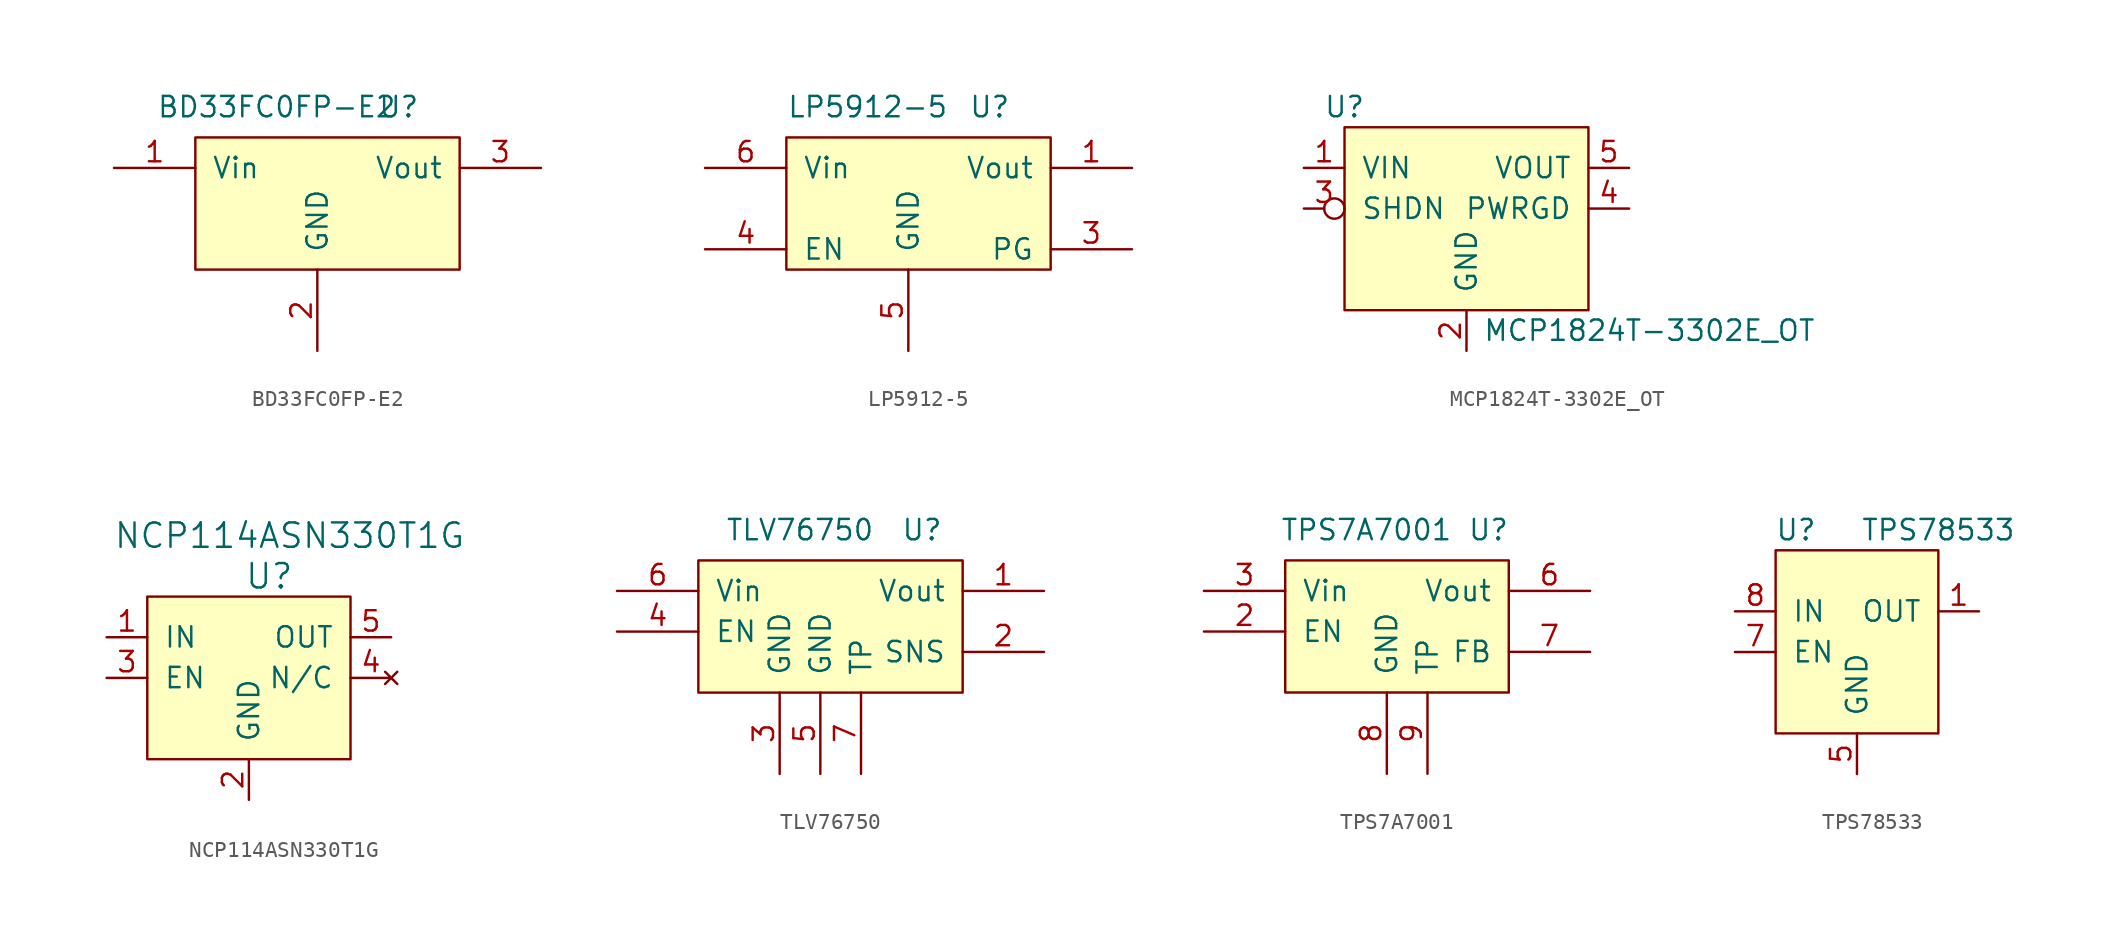
<source format=kicad_sym>
(kicad_symbol_lib
  (version 20220914)
  (generator kicad_symbol_editor)
  (symbol "BD33FC0FP-E2"
    (pin_names
      (offset 1.016))
    (property "Reference" "U"
      (at 12.7 10.16 0)
      (effects (font (size 1.27 1.27))))
    (property "Value" "BD33FC0FP-E2"
      (at 5.08 10.16 0)
      (effects (font (size 1.27 1.27))))
    (symbol "BD33FC0FP-E2_0_1"
      (rectangle (start 0 8.255) (end 16.51 0) (stroke (width 0) (type solid)) (fill (type background))))
    (symbol "BD33FC0FP-E2_1_1"
      (pin passive line (at -5.08 6.35 0) (length 5.08) (name "Vin" (effects (font (size 1.27 1.27)))) (number "1" (effects (font (size 1.27 1.27)))))
      (pin passive line (at 7.62 -5.08 90) (length 5.08) (name "GND" (effects (font (size 1.27 1.27)))) (number "2" (effects (font (size 1.27 1.27)))))
      (pin passive line (at 21.59 6.35 180) (length 5.08) (name "Vout" (effects (font (size 1.27 1.27)))) (number "3" (effects (font (size 1.27 1.27)))))))
  (symbol "LP5912-5"
    (pin_names
      (offset 1.016))
    (property "Reference" "U"
      (at 12.7 10.16 0)
      (effects (font (size 1.27 1.27))))
    (property "Value" "LP5912-5"
      (at 5.08 10.16 0)
      (effects (font (size 1.27 1.27))))
    (symbol "LP5912-5_0_1"
      (rectangle (start 0 8.255) (end 16.51 0) (stroke (width 0) (type solid)) (fill (type background))))
    (symbol "LP5912-5_1_1"
      (pin passive line (at 21.59 6.35 180) (length 5.08) (name "Vout" (effects (font (size 1.27 1.27)))) (number "1" (effects (font (size 1.27 1.27)))))
      (pin passive line (at -5.08 3.81 0) (length 5.08) hide (name "NC" (effects (font (size 1.27 1.27)))) (number "2" (effects (font (size 1.27 1.27)))))
      (pin passive line (at 21.59 1.27 180) (length 5.08) (name "PG" (effects (font (size 1.27 1.27)))) (number "3" (effects (font (size 1.27 1.27)))))
      (pin passive line (at -5.08 1.27 0) (length 5.08) (name "EN" (effects (font (size 1.27 1.27)))) (number "4" (effects (font (size 1.27 1.27)))))
      (pin passive line (at 7.62 -5.08 90) (length 5.08) (name "GND" (effects (font (size 1.27 1.27)))) (number "5" (effects (font (size 1.27 1.27)))))
      (pin passive line (at -5.08 6.35 0) (length 5.08) (name "Vin" (effects (font (size 1.27 1.27)))) (number "6" (effects (font (size 1.27 1.27)))))))
  (symbol "MCP1824T-3302E_OT"
    (pin_names
      (offset 1.016))
    (property "Reference" "U"
      (at -7.62 6.35 0)
      (effects (font (size 1.27 1.27))))
    (property "Value" "MCP1824T-3302E_OT"
      (at 11.43 -7.62 0)
      (effects (font (size 1.27 1.27))))
    (symbol "MCP1824T-3302E_OT_1_1"
      (rectangle (start -7.62 5.08) (end 7.62 -6.35) (stroke (width 0) (type solid)) (fill (type background)))
      (pin power_in line (at -10.16 2.54 0) (length 2.54) (name "VIN" (effects (font (size 1.27 1.27)))) (number "1" (effects (font (size 1.27 1.27)))))
      (pin power_in line (at 0 -8.89 90) (length 2.54) (name "GND" (effects (font (size 1.27 1.27)))) (number "2" (effects (font (size 1.27 1.27)))))
      (pin input inverted (at -10.16 0 0) (length 2.54) (name "SHDN" (effects (font (size 1.27 1.27)))) (number "3" (effects (font (size 1.27 1.27)))))
      (pin output line (at 10.16 0 180) (length 2.54) (name "PWRGD" (effects (font (size 1.27 1.27)))) (number "4" (effects (font (size 1.27 1.27)))))
      (pin power_out line (at 10.16 2.54 180) (length 2.54) (name "VOUT" (effects (font (size 1.27 1.27)))) (number "5" (effects (font (size 1.27 1.27)))))))
  (symbol "NCP114ASN330T1G"
    (pin_names
      (offset 1.016))
    (property "Reference" "U"
      (at 1.27 3.81 0)
      (effects (font (size 1.524 1.524))))
    (property "Value" "NCP114ASN330T1G"
      (at 2.54 6.35 0)
      (effects (font (size 1.524 1.524))))
    (symbol "NCP114ASN330T1G_0_1"
      (rectangle (start -6.35 2.54) (end 6.35 -7.62) (stroke (width 0) (type solid)) (fill (type background))))
    (symbol "NCP114ASN330T1G_1_1"
      (pin power_in line (at -8.89 0 0) (length 2.54) (name "IN" (effects (font (size 1.27 1.27)))) (number "1" (effects (font (size 1.27 1.27)))))
      (pin power_in line (at 0 -10.16 90) (length 2.54) (name "GND" (effects (font (size 1.27 1.27)))) (number "2" (effects (font (size 1.27 1.27)))))
      (pin input line (at -8.89 -2.54 0) (length 2.54) (name "EN" (effects (font (size 1.27 1.27)))) (number "3" (effects (font (size 1.27 1.27)))))
      (pin no_connect line (at 8.89 -2.54 180) (length 2.54) (name "N/C" (effects (font (size 1.27 1.27)))) (number "4" (effects (font (size 1.27 1.27)))))
      (pin power_out line (at 8.89 0 180) (length 2.54) (name "OUT" (effects (font (size 1.27 1.27)))) (number "5" (effects (font (size 1.27 1.27)))))))
  (symbol "TLV76750"
    (pin_names
      (offset 1.016))
    (property "Reference" "U"
      (at 13.97 10.16 0)
      (effects (font (size 1.27 1.27))))
    (property "Value" "TLV76750"
      (at 6.35 10.16 0)
      (effects (font (size 1.27 1.27))))
    (symbol "TLV76750_0_1"
      (rectangle (start 0 8.255) (end 16.51 0) (stroke (width 0) (type solid)) (fill (type background))))
    (symbol "TLV76750_1_1"
      (pin passive line (at 21.59 6.35 180) (length 5.08) (name "Vout" (effects (font (size 1.27 1.27)))) (number "1" (effects (font (size 1.27 1.27)))))
      (pin passive line (at 21.59 2.54 180) (length 5.08) (name "SNS" (effects (font (size 1.27 1.27)))) (number "2" (effects (font (size 1.27 1.27)))))
      (pin passive line (at 5.08 -5.08 90) (length 5.08) (name "GND" (effects (font (size 1.27 1.27)))) (number "3" (effects (font (size 1.27 1.27)))))
      (pin passive line (at -5.08 3.81 0) (length 5.08) (name "EN" (effects (font (size 1.27 1.27)))) (number "4" (effects (font (size 1.27 1.27)))))
      (pin passive line (at 7.62 -5.08 90) (length 5.08) (name "GND" (effects (font (size 1.27 1.27)))) (number "5" (effects (font (size 1.27 1.27)))))
      (pin passive line (at -5.08 6.35 0) (length 5.08) (name "Vin" (effects (font (size 1.27 1.27)))) (number "6" (effects (font (size 1.27 1.27)))))
      (pin passive line (at 10.16 -5.08 90) (length 5.08) (name "TP" (effects (font (size 1.27 1.27)))) (number "7" (effects (font (size 1.27 1.27)))))))
  (symbol "TPS7A7001"
    (pin_names
      (offset 1.016))
    (property "Reference" "U"
      (at 12.7 10.16 0)
      (effects (font (size 1.27 1.27))))
    (property "Value" "TPS7A7001"
      (at 5.08 10.16 0)
      (effects (font (size 1.27 1.27))))
    (symbol "TPS7A7001_0_1"
      (rectangle (start 0 8.255) (end 13.97 0) (stroke (width 0) (type solid)) (fill (type background))))
    (symbol "TPS7A7001_1_1"
      (pin no_connect line (at 0 0 180) (length 5.08) hide (name "NC1" (effects (font (size 1.27 1.27)))) (number "1" (effects (font (size 1.27 1.27)))))
      (pin passive line (at -5.08 3.81 0) (length 5.08) (name "EN" (effects (font (size 1.27 1.27)))) (number "2" (effects (font (size 1.27 1.27)))))
      (pin passive line (at -5.08 6.35 0) (length 5.08) (name "Vin" (effects (font (size 1.27 1.27)))) (number "3" (effects (font (size 1.27 1.27)))))
      (pin no_connect line (at 0 1.27 180) (length 5.08) hide (name "NC2" (effects (font (size 1.27 1.27)))) (number "4" (effects (font (size 1.27 1.27)))))
      (pin no_connect line (at 0 -1.27 180) (length 5.08) hide (name "NC3" (effects (font (size 1.27 1.27)))) (number "5" (effects (font (size 1.27 1.27)))))
      (pin passive line (at 19.05 6.35 180) (length 5.08) (name "Vout" (effects (font (size 1.27 1.27)))) (number "6" (effects (font (size 1.27 1.27)))))
      (pin passive line (at 19.05 2.54 180) (length 5.08) (name "FB" (effects (font (size 1.27 1.27)))) (number "7" (effects (font (size 1.27 1.27)))))
      (pin passive line (at 6.35 -5.08 90) (length 5.08) (name "GND" (effects (font (size 1.27 1.27)))) (number "8" (effects (font (size 1.27 1.27)))))
      (pin passive line (at 8.89 -5.08 90) (length 5.08) (name "TP" (effects (font (size 1.27 1.27)))) (number "9" (effects (font (size 1.27 1.27)))))))
  (symbol "TPS78533"
    (pin_names
      (offset 1.016))
    (property "Reference" "U"
      (at -3.81 12.7 0)
      (effects (font (size 1.27 1.27))))
    (property "Value" "TPS78533"
      (at 5.08 12.7 0)
      (effects (font (size 1.27 1.27))))
    (symbol "TPS78533_0_1"
      (rectangle (start -5.08 11.43) (end 5.08 0) (stroke (width 0) (type solid)) (fill (type background))))
    (symbol "TPS78533_1_1"
      (pin passive line (at 7.62 7.62 180) (length 2.54) (name "OUT" (effects (font (size 1.27 1.27)))) (number "1" (effects (font (size 1.27 1.27)))))
      (pin passive line (at -7.62 1.27 0) (length 2.54) hide (name "NC" (effects (font (size 1.27 1.27)))) (number "2" (effects (font (size 1.27 1.27)))))
      (pin passive line (at -7.62 1.27 0) (length 2.54) hide (name "NC" (effects (font (size 1.27 1.27)))) (number "3" (effects (font (size 1.27 1.27)))))
      (pin passive line (at -7.62 1.27 0) (length 2.54) hide (name "NC" (effects (font (size 1.27 1.27)))) (number "4" (effects (font (size 1.27 1.27)))))
      (pin passive line (at 0 -2.54 90) (length 2.54) (name "GND" (effects (font (size 1.27 1.27)))) (number "5" (effects (font (size 1.27 1.27)))))
      (pin passive line (at -7.62 1.27 0) (length 2.54) hide (name "NC" (effects (font (size 1.27 1.27)))) (number "6" (effects (font (size 1.27 1.27)))))
      (pin passive line (at -7.62 5.08 0) (length 2.54) (name "EN" (effects (font (size 1.27 1.27)))) (number "7" (effects (font (size 1.27 1.27)))))
      (pin passive line (at -7.62 7.62 0) (length 2.54) (name "IN" (effects (font (size 1.27 1.27)))) (number "8" (effects (font (size 1.27 1.27))))))))
</source>
